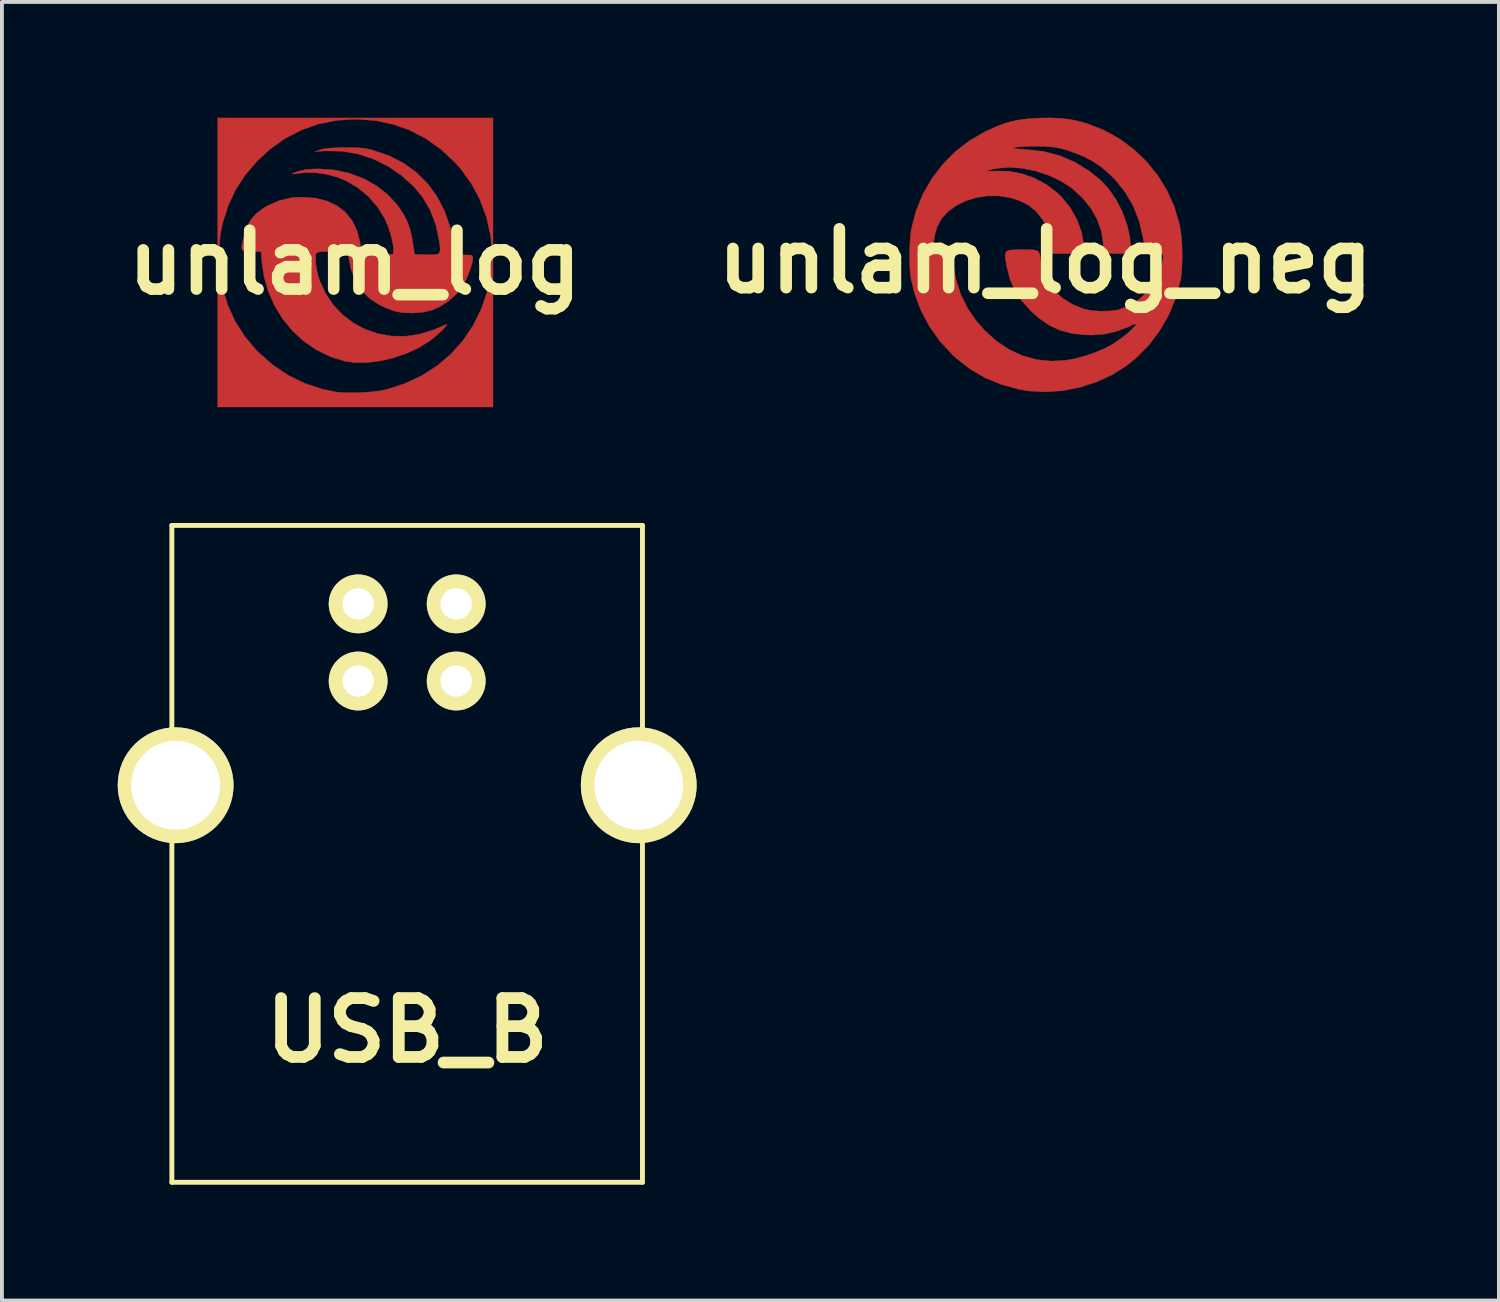
<source format=kicad_pcb>
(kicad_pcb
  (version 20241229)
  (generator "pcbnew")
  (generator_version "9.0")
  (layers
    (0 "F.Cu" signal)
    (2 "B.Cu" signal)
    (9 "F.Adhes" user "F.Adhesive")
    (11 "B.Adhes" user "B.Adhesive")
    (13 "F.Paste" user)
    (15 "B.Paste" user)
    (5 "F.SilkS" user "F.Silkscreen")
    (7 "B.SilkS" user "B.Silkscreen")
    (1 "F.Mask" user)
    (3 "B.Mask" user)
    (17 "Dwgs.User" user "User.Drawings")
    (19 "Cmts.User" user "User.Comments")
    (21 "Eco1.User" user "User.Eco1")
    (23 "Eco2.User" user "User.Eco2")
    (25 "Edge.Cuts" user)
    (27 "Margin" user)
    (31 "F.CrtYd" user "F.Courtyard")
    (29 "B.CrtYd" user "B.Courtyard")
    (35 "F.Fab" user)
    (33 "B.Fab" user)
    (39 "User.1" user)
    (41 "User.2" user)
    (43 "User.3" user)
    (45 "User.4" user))
  (footprint "unlam_log_neg"
    (layer "F.Cu")
    (at 24.031 3.713)
    (property "Reference" "unlam_log_neg" (at 0 0 0) (layer "F.SilkS") (effects (font (size 1.524 1.524) (thickness 0.3))))
    (attr through_hole)
    (fp_poly (pts (xy 0.421 -3.696) (xy 0.662 -3.666) (xy 0.898 -3.614) (xy 1.091 -3.558) (xy 1.521 -3.39) (xy 1.922 -3.168) (xy 2.29 -2.895) (xy 2.621 -2.58) (xy 2.909 -2.225) (xy 3.149 -1.838) (xy 3.337 -1.423) (xy 3.468 -0.986) (xy 3.501 -0.825) (xy 3.528 -0.613) (xy 3.543 -0.366) (xy 3.548 -0.105) (xy 3.54 0.148) (xy 3.522 0.372) (xy 3.503 0.494) (xy 3.383 0.949) (xy 3.204 1.385) (xy 2.971 1.794) (xy 2.688 2.17) (xy 2.361 2.504) (xy 2.121 2.699) (xy 1.75 2.937) (xy 1.344 3.127) (xy 0.915 3.267) (xy 0.472 3.356) (xy 0.027 3.39) (xy -0.412 3.368) (xy -0.684 3.323) (xy -1.144 3.196) (xy -1.564 3.022) (xy -1.95 2.796) (xy -2.31 2.514) (xy -2.404 2.428) (xy -2.728 2.078) (xy -3.003 1.69) (xy -3.225 1.271) (xy -3.39 0.831) (xy -3.483 0.442) (xy -3.503 0.272) (xy -3.514 0.058) (xy -3.516 -0.179) (xy -3.512 -0.296) (xy -2.907 -0.296) (xy -2.427 -0.277) (xy -2.389 0.049) (xy -2.314 0.476) (xy -2.191 0.864) (xy -2.015 1.221) (xy -1.783 1.556) (xy -1.581 1.787) (xy -1.272 2.069) (xy -0.939 2.292) (xy -0.587 2.454) (xy -0.218 2.555) (xy 0.165 2.593) (xy 0.559 2.569) (xy 0.79 2.525) (xy 1.052 2.453) (xy 1.311 2.362) (xy 1.548 2.261) (xy 1.743 2.156) (xy 1.764 2.143) (xy 1.929 2.03) (xy 2.083 1.912) (xy 2.211 1.801) (xy 2.302 1.708) (xy 2.327 1.675) (xy 2.347 1.64) (xy 2.342 1.627) (xy 2.303 1.637) (xy 2.221 1.672) (xy 2.14 1.709) (xy 1.841 1.824) (xy 1.542 1.892) (xy 1.222 1.916) (xy 1.029 1.912) (xy 0.684 1.874) (xy 0.377 1.791) (xy 0.095 1.659) (xy -0.173 1.472) (xy -0.378 1.286) (xy -0.612 1.026) (xy -0.788 0.758) (xy -0.915 0.47) (xy -0.998 0.149) (xy -1.01 0.076) (xy -1.032 -0.069) (xy -1.038 -0.17) (xy -1.02 -0.234) (xy -0.968 -0.271) (xy -0.874 -0.288) (xy -0.73 -0.293) (xy -0.603 -0.293) (xy -0.424 -0.293) (xy -0.299 -0.287) (xy -0.218 -0.268) (xy -0.169 -0.23) (xy -0.143 -0.166) (xy -0.127 -0.069) (xy -0.117 0.015) (xy -0.055 0.286) (xy 0.065 0.539) (xy 0.236 0.768) (xy 0.452 0.966) (xy 0.706 1.125) (xy 0.992 1.24) (xy 1.044 1.255) (xy 1.221 1.286) (xy 1.432 1.299) (xy 1.647 1.295) (xy 1.841 1.272) (xy 1.91 1.257) (xy 2.184 1.151) (xy 2.434 0.99) (xy 2.652 0.78) (xy 2.831 0.528) (xy 2.966 0.242) (xy 3.016 0.087) (xy 3.049 -0.047) (xy 3.059 -0.13) (xy 3.037 -0.174) (xy 2.975 -0.192) (xy 2.865 -0.195) (xy 2.834 -0.195) (xy 2.736 -0.194) (xy 2.67 -0.198) (xy 2.627 -0.216) (xy 2.599 -0.26) (xy 2.578 -0.34) (xy 2.557 -0.465) (xy 2.538 -0.586) (xy 2.438 -1.018) (xy 2.283 -1.417) (xy 2.073 -1.781) (xy 1.81 -2.109) (xy 1.68 -2.24) (xy 1.46 -2.429) (xy 1.243 -2.578) (xy 1.002 -2.704) (xy 0.827 -2.778) (xy 0.603 -2.86) (xy 0.405 -2.917) (xy 0.21 -2.953) (xy -0.003 -2.97) (xy -0.257 -2.975) (xy -0.277 -2.974) (xy -0.486 -2.97) (xy -0.647 -2.963) (xy -0.756 -2.952) (xy -0.813 -2.939) (xy -0.814 -2.925) (xy -0.757 -2.912) (xy -0.64 -2.899) (xy -0.488 -2.889) (xy -0.043 -2.839) (xy 0.374 -2.73) (xy 0.767 -2.561) (xy 1.138 -2.332) (xy 1.433 -2.094) (xy 1.648 -1.863) (xy 1.838 -1.585) (xy 1.996 -1.276) (xy 2.116 -0.95) (xy 2.191 -0.623) (xy 2.214 -0.339) (xy 2.214 -0.195) (xy 1.876 -0.195) (xy 1.718 -0.196) (xy 1.614 -0.203) (xy 1.552 -0.223) (xy 1.52 -0.264) (xy 1.507 -0.334) (xy 1.502 -0.44) (xy 1.456 -0.76) (xy 1.348 -1.071) (xy 1.182 -1.366) (xy 0.962 -1.64) (xy 0.689 -1.887) (xy 0.67 -1.902) (xy 0.397 -2.078) (xy 0.086 -2.223) (xy -0.246 -2.332) (xy -0.584 -2.402) (xy -0.912 -2.428) (xy -1.194 -2.409) (xy -1.345 -2.383) (xy -1.446 -2.36) (xy -1.494 -2.342) (xy -1.487 -2.33) (xy -1.42 -2.327) (xy -1.303 -2.333) (xy -0.956 -2.329) (xy -0.61 -2.265) (xy -0.274 -2.145) (xy 0.041 -1.974) (xy 0.323 -1.756) (xy 0.422 -1.66) (xy 0.643 -1.386) (xy 0.817 -1.082) (xy 0.937 -0.76) (xy 0.999 -0.433) (xy 1 -0.417) (xy 1.019 -0.195) (xy 0.168 -0.195) (xy 0.147 -0.383) (xy 0.116 -0.605) (xy 0.074 -0.781) (xy 0.015 -0.931) (xy -0.063 -1.067) (xy -0.233 -1.282) (xy -0.437 -1.449) (xy -0.682 -1.572) (xy -0.919 -1.644) (xy -1.214 -1.689) (xy -1.51 -1.686) (xy -1.797 -1.641) (xy -2.067 -1.556) (xy -2.311 -1.435) (xy -2.521 -1.282) (xy -2.686 -1.1) (xy -2.8 -0.892) (xy -2.801 -0.889) (xy -2.845 -0.743) (xy -2.879 -0.581) (xy -2.89 -0.498) (xy -2.907 -0.296) (xy -3.512 -0.296) (xy -3.509 -0.419) (xy -3.493 -0.643) (xy -3.47 -0.828) (xy -3.466 -0.848) (xy -3.347 -1.302) (xy -3.17 -1.734) (xy -2.938 -2.137) (xy -2.657 -2.506) (xy -2.329 -2.836) (xy -1.96 -3.121) (xy -1.553 -3.356) (xy -1.523 -3.37) (xy -1.236 -3.498) (xy -0.974 -3.59) (xy -0.715 -3.651) (xy -0.435 -3.688) (xy -0.152 -3.704) (xy 0.156 -3.708) (xy 0.421 -3.696)) (stroke (width 0.01) (type solid)) (fill yes) (layer "F.Cu")))
  (footprint "unlam_log"
    (layer "F.Cu")
    (at 6.14 3.75)
    (property "Reference" "unlam_log" (at 0 0 0) (layer "F.SilkS") (effects (font (size 1.524 1.524) (thickness 0.3))))
    (attr through_hole)
    (fp_poly (pts (xy 3.582 3.745) (xy -3.549 3.745) (xy -3.549 -0.32) (xy -3.511 -0.32) (xy -3.509 -0.046) (xy -3.494 0.226) (xy -3.465 0.476) (xy -3.425 0.683) (xy -3.424 0.684) (xy -3.278 1.136) (xy -3.088 1.544) (xy -2.848 1.918) (xy -2.554 2.267) (xy -2.477 2.345) (xy -2.11 2.665) (xy -1.71 2.93) (xy -1.281 3.137) (xy -0.827 3.286) (xy -0.5 3.353) (xy -0.322 3.371) (xy -0.102 3.376) (xy 0.14 3.371) (xy 0.384 3.356) (xy 0.608 3.331) (xy 0.794 3.299) (xy 0.83 3.29) (xy 1.306 3.135) (xy 1.744 2.928) (xy 2.142 2.671) (xy 2.497 2.368) (xy 2.807 2.021) (xy 3.069 1.631) (xy 3.281 1.202) (xy 3.437 0.745) (xy 3.489 0.504) (xy 3.525 0.223) (xy 3.545 -0.075) (xy 3.547 -0.366) (xy 3.529 -0.627) (xy 3.518 -0.708) (xy 3.411 -1.18) (xy 3.245 -1.627) (xy 3.023 -2.043) (xy 2.747 -2.425) (xy 2.599 -2.591) (xy 2.24 -2.927) (xy 1.853 -3.204) (xy 1.439 -3.421) (xy 1 -3.579) (xy 0.539 -3.676) (xy 0.056 -3.712) (xy 0.017 -3.712) (xy -0.467 -3.681) (xy -0.931 -3.589) (xy -1.372 -3.436) (xy -1.787 -3.224) (xy -2.174 -2.954) (xy -2.525 -2.632) (xy -2.832 -2.274) (xy -3.079 -1.897) (xy -3.271 -1.493) (xy -3.412 -1.055) (xy -3.471 -0.79) (xy -3.498 -0.575) (xy -3.511 -0.32) (xy -3.549 -0.32) (xy -3.549 -3.745) (xy 3.582 -3.745) (xy 3.582 3.745)) (stroke (width 0.01) (type solid)) (fill yes) (layer "F.Cu"))
    (fp_poly (pts (xy -0.055 -2.976) (xy 0.104 -2.971) (xy 0.233 -2.959) (xy 0.351 -2.938) (xy 0.476 -2.907) (xy 0.483 -2.905) (xy 0.901 -2.761) (xy 1.276 -2.567) (xy 1.607 -2.325) (xy 1.894 -2.037) (xy 2.135 -1.704) (xy 2.329 -1.327) (xy 2.474 -0.908) (xy 2.555 -0.543) (xy 2.579 -0.411) (xy 2.601 -0.304) (xy 2.618 -0.237) (xy 2.623 -0.225) (xy 2.663 -0.21) (xy 2.748 -0.199) (xy 2.851 -0.195) (xy 2.964 -0.194) (xy 3.027 -0.186) (xy 3.054 -0.165) (xy 3.061 -0.126) (xy 3.061 -0.113) (xy 3.046 -0.007) (xy 3.006 0.137) (xy 2.947 0.298) (xy 2.879 0.457) (xy 2.806 0.596) (xy 2.772 0.651) (xy 2.62 0.832) (xy 2.429 0.999) (xy 2.219 1.138) (xy 2.011 1.233) (xy 1.992 1.239) (xy 1.769 1.288) (xy 1.518 1.309) (xy 1.27 1.303) (xy 1.075 1.272) (xy 0.958 1.236) (xy 0.813 1.179) (xy 0.668 1.112) (xy 0.642 1.099) (xy 0.388 0.933) (xy 0.179 0.721) (xy 0.017 0.468) (xy -0.094 0.176) (xy -0.147 -0.09) (xy -0.16 -0.171) (xy -0.18 -0.228) (xy -0.217 -0.264) (xy -0.283 -0.283) (xy -0.388 -0.291) (xy -0.542 -0.289) (xy -0.65 -0.286) (xy -0.802 -0.281) (xy -0.901 -0.275) (xy -0.96 -0.264) (xy -0.99 -0.244) (xy -1.005 -0.214) (xy -1.01 -0.195) (xy -1.017 -0.09) (xy -1.005 0.056) (xy -0.977 0.222) (xy -0.935 0.388) (xy -0.91 0.466) (xy -0.756 0.803) (xy -0.555 1.101) (xy -0.313 1.357) (xy -0.035 1.568) (xy 0.272 1.731) (xy 0.602 1.845) (xy 0.949 1.906) (xy 1.307 1.912) (xy 1.67 1.861) (xy 2.031 1.75) (xy 2.095 1.724) (xy 2.213 1.674) (xy 2.311 1.632) (xy 2.372 1.607) (xy 2.377 1.605) (xy 2.391 1.61) (xy 2.365 1.649) (xy 2.307 1.712) (xy 2.227 1.791) (xy 2.133 1.876) (xy 2.035 1.96) (xy 1.942 2.032) (xy 1.932 2.039) (xy 1.652 2.212) (xy 1.337 2.357) (xy 1.001 2.472) (xy 0.658 2.551) (xy 0.32 2.593) (xy 0.003 2.594) (xy -0.244 2.56) (xy -0.628 2.442) (xy -0.987 2.267) (xy -1.316 2.042) (xy -1.611 1.772) (xy -1.866 1.461) (xy -2.079 1.115) (xy -2.243 0.74) (xy -2.354 0.341) (xy -2.403 0) (xy -2.426 -0.277) (xy -2.678 -0.286) (xy -2.802 -0.291) (xy -2.88 -0.303) (xy -2.919 -0.334) (xy -2.926 -0.396) (xy -2.91 -0.5) (xy -2.884 -0.623) (xy -2.81 -0.881) (xy -2.703 -1.091) (xy -2.553 -1.265) (xy -2.353 -1.415) (xy -2.247 -1.476) (xy -1.95 -1.606) (xy -1.64 -1.676) (xy -1.373 -1.693) (xy -1.027 -1.668) (xy -0.723 -1.594) (xy -0.461 -1.472) (xy -0.242 -1.302) (xy -0.069 -1.087) (xy 0.058 -0.827) (xy 0.137 -0.523) (xy 0.145 -0.473) (xy 0.182 -0.212) (xy 0.993 -0.212) (xy 1.003 -0.296) (xy 1 -0.416) (xy 0.972 -0.576) (xy 0.924 -0.759) (xy 0.86 -0.947) (xy 0.786 -1.121) (xy 0.779 -1.134) (xy 0.597 -1.432) (xy 0.364 -1.701) (xy 0.09 -1.931) (xy -0.215 -2.113) (xy -0.431 -2.203) (xy -0.722 -2.284) (xy -1.014 -2.326) (xy -1.287 -2.328) (xy -1.388 -2.316) (xy -1.5 -2.301) (xy -1.584 -2.293) (xy -1.622 -2.295) (xy -1.622 -2.295) (xy -1.601 -2.31) (xy -1.532 -2.338) (xy -1.444 -2.366) (xy -1.281 -2.403) (xy -1.078 -2.421) (xy -0.912 -2.424) (xy -0.509 -2.394) (xy -0.124 -2.308) (xy 0.237 -2.17) (xy 0.567 -1.984) (xy 0.861 -1.752) (xy 1.111 -1.478) (xy 1.248 -1.278) (xy 1.352 -1.082) (xy 1.429 -0.875) (xy 1.485 -0.636) (xy 1.509 -0.484) (xy 1.548 -0.212) (xy 1.865 -0.202) (xy 2.025 -0.199) (xy 2.13 -0.208) (xy 2.19 -0.239) (xy 2.213 -0.303) (xy 2.209 -0.41) (xy 2.187 -0.57) (xy 2.099 -0.98) (xy 1.958 -1.351) (xy 1.763 -1.685) (xy 1.547 -1.95) (xy 1.225 -2.245) (xy 0.87 -2.489) (xy 0.49 -2.678) (xy 0.091 -2.81) (xy -0.321 -2.882) (xy -0.739 -2.891) (xy -0.745 -2.891) (xy -1.026 -2.875) (xy -0.879 -2.925) (xy -0.774 -2.949) (xy -0.622 -2.965) (xy -0.417 -2.975) (xy -0.261 -2.977) (xy -0.055 -2.976)) (stroke (width 0.01) (type solid)) (fill yes) (layer "F.Cu")))
  (footprint "USB_B"
    (layer "F.Cu")
    (at 7.499 17.294)
    (property "Reference" "USB_B" (at 0 6.35 0) (layer "F.SilkS") (effects (font (size 1.524 1.524) (thickness 0.305))))
    (attr through_hole)
    (fp_line (start -6.096 -6.731) (end -6.096 10.287) (stroke (width 0.127) (type solid)) (layer "F.SilkS"))
    (fp_line (start -6.096 10.287) (end 6.096 10.287) (stroke (width 0.127) (type solid)) (layer "F.SilkS"))
    (fp_line (start 6.096 -6.731) (end -6.096 -6.731) (stroke (width 0.127) (type solid)) (layer "F.SilkS"))
    (fp_line (start 6.096 10.287) (end 6.096 -6.731) (stroke (width 0.127) (type solid)) (layer "F.SilkS"))
    (pad "" thru_hole circle (at 5.999 0) (size 3 3) (drill 2.301) (layers "*.Cu" "*.Mask" "F.SilkS"))
    (pad "1" thru_hole circle (at 1.27 -4.699) (size 1.524 1.524) (drill 0.813) (layers "*.Cu" "*.Mask" "F.SilkS"))
    (pad "2" thru_hole circle (at -1.27 -4.699) (size 1.524 1.524) (drill 0.813) (layers "*.Cu" "*.Mask" "F.SilkS"))
    (pad "3" thru_hole circle (at -1.27 -2.7) (size 1.524 1.524) (drill 0.813) (layers "*.Cu" "*.Mask" "F.SilkS"))
    (pad "4" thru_hole circle (at 1.27 -2.7) (size 1.524 1.524) (drill 0.813) (layers "*.Cu" "*.Mask" "F.SilkS"))
    (pad "6" thru_hole circle (at -5.999 0) (size 3 3) (drill 2.301) (layers "*.Cu" "*.Mask" "F.SilkS")))
  (gr_rect
    (start -3 -3)
    (end 35.784 30.645)
    (stroke (width 0.1) (type default))
    (fill no)
    (layer "Edge.Cuts")))
</source>
